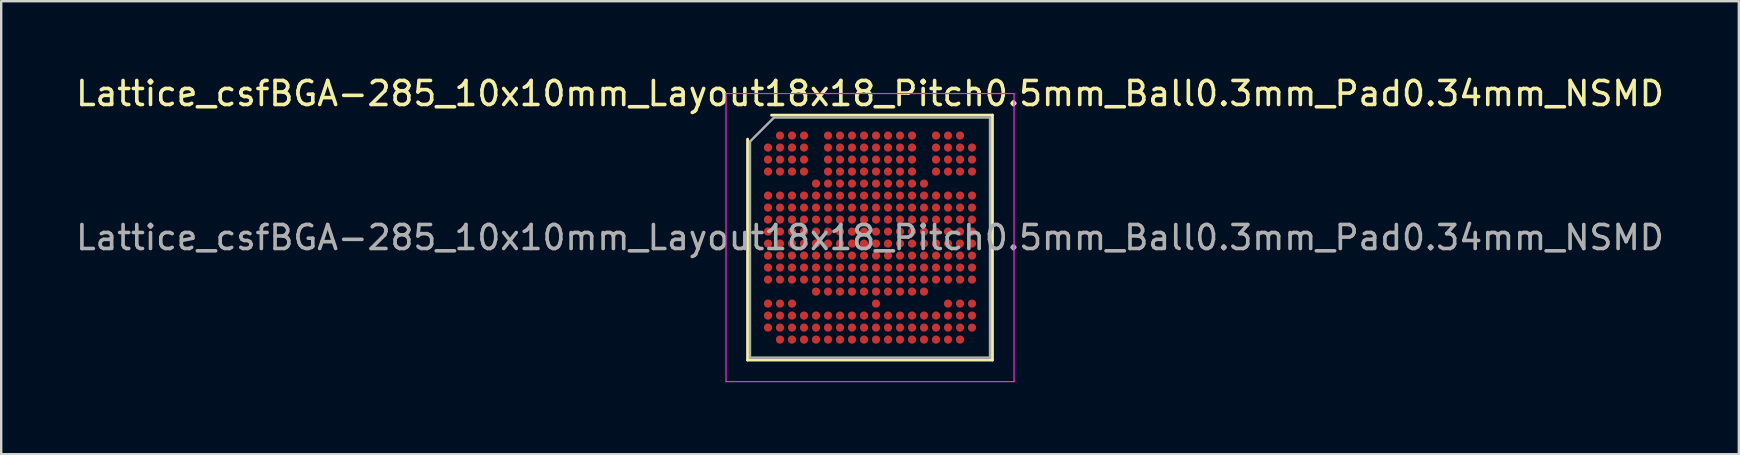
<source format=kicad_pcb>
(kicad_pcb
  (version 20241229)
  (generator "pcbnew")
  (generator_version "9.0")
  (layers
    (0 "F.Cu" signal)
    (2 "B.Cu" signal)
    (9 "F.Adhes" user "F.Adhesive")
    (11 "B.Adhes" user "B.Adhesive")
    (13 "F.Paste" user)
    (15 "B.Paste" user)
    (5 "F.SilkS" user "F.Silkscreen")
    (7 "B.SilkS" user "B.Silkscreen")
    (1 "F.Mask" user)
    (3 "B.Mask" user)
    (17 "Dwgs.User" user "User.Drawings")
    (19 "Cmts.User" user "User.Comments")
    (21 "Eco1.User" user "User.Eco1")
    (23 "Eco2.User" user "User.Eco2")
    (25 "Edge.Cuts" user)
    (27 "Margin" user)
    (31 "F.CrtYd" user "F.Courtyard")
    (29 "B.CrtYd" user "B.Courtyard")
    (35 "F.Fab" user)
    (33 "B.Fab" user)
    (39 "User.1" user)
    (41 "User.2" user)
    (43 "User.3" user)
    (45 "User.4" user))
  (footprint "Lattice_csfBGA-285_10x10mm_Layout18x18_Pitch0.5mm_Ball0.3mm_Pad0.34mm_NSMD"
    (layer "F.Cu")
    (at 33.196 6.848)
    (property "Reference" "Lattice_csfBGA-285_10x10mm_Layout18x18_Pitch0.5mm_Ball0.3mm_Pad0.34mm_NSMD" (at 0 -6 0) (layer "F.SilkS") (effects (font (size 1 1) (thickness 0.15))))
    (attr smd)
    (fp_line (start -5.1 5.1) (end -5.1 -4.1) (stroke (width 0.12) (type solid)) (layer "F.SilkS"))
    (fp_line (start -4.1 -5.1) (end 5.1 -5.1) (stroke (width 0.12) (type solid)) (layer "F.SilkS"))
    (fp_line (start 5.1 -5.1) (end 5.1 5.1) (stroke (width 0.12) (type solid)) (layer "F.SilkS"))
    (fp_line (start 5.1 5.1) (end -5.1 5.1) (stroke (width 0.12) (type solid)) (layer "F.SilkS"))
    (fp_line (start -6 -6) (end 6 -6) (stroke (width 0.05) (type solid)) (layer "F.CrtYd"))
    (fp_line (start -6 6) (end -6 -6) (stroke (width 0.05) (type solid)) (layer "F.CrtYd"))
    (fp_line (start 6 -6) (end 6 6) (stroke (width 0.05) (type solid)) (layer "F.CrtYd"))
    (fp_line (start 6 6) (end -6 6) (stroke (width 0.05) (type solid)) (layer "F.CrtYd"))
    (fp_line (start -5 -4) (end -4 -5) (stroke (width 0.1) (type solid)) (layer "F.Fab"))
    (fp_line (start -5 5) (end -5 -4) (stroke (width 0.1) (type solid)) (layer "F.Fab"))
    (fp_line (start -4 -5) (end 5 -5) (stroke (width 0.1) (type solid)) (layer "F.Fab"))
    (fp_line (start 5 -5) (end 5 5) (stroke (width 0.1) (type solid)) (layer "F.Fab"))
    (fp_line (start 5 5) (end -5 5) (stroke (width 0.1) (type solid)) (layer "F.Fab"))
    (fp_text user "${REFERENCE}" (at 0 0 0) (layer "F.Fab") (effects (font (size 1 1) (thickness 0.15))))
    (pad "A2" smd circle (at -3.75 -4.25) (size 0.34 0.34) (layers "F.Cu" "F.Mask" "F.Paste"))
    (pad "A3" smd circle (at -3.25 -4.25) (size 0.34 0.34) (layers "F.Cu" "F.Mask" "F.Paste"))
    (pad "A4" smd circle (at -2.75 -4.25) (size 0.34 0.34) (layers "F.Cu" "F.Mask" "F.Paste"))
    (pad "A6" smd circle (at -1.75 -4.25) (size 0.34 0.34) (layers "F.Cu" "F.Mask" "F.Paste"))
    (pad "A7" smd circle (at -1.25 -4.25) (size 0.34 0.34) (layers "F.Cu" "F.Mask" "F.Paste"))
    (pad "A8" smd circle (at -0.75 -4.25) (size 0.34 0.34) (layers "F.Cu" "F.Mask" "F.Paste"))
    (pad "A9" smd circle (at -0.25 -4.25) (size 0.34 0.34) (layers "F.Cu" "F.Mask" "F.Paste"))
    (pad "A10" smd circle (at 0.25 -4.25) (size 0.34 0.34) (layers "F.Cu" "F.Mask" "F.Paste"))
    (pad "A11" smd circle (at 0.75 -4.25) (size 0.34 0.34) (layers "F.Cu" "F.Mask" "F.Paste"))
    (pad "A12" smd circle (at 1.25 -4.25) (size 0.34 0.34) (layers "F.Cu" "F.Mask" "F.Paste"))
    (pad "A13" smd circle (at 1.75 -4.25) (size 0.34 0.34) (layers "F.Cu" "F.Mask" "F.Paste"))
    (pad "A15" smd circle (at 2.75 -4.25) (size 0.34 0.34) (layers "F.Cu" "F.Mask" "F.Paste"))
    (pad "A16" smd circle (at 3.25 -4.25) (size 0.34 0.34) (layers "F.Cu" "F.Mask" "F.Paste"))
    (pad "A17" smd circle (at 3.75 -4.25) (size 0.34 0.34) (layers "F.Cu" "F.Mask" "F.Paste"))
    (pad "B1" smd circle (at -4.25 -3.75) (size 0.34 0.34) (layers "F.Cu" "F.Mask" "F.Paste"))
    (pad "B2" smd circle (at -3.75 -3.75) (size 0.34 0.34) (layers "F.Cu" "F.Mask" "F.Paste"))
    (pad "B3" smd circle (at -3.25 -3.75) (size 0.34 0.34) (layers "F.Cu" "F.Mask" "F.Paste"))
    (pad "B4" smd circle (at -2.75 -3.75) (size 0.34 0.34) (layers "F.Cu" "F.Mask" "F.Paste"))
    (pad "B6" smd circle (at -1.75 -3.75) (size 0.34 0.34) (layers "F.Cu" "F.Mask" "F.Paste"))
    (pad "B7" smd circle (at -1.25 -3.75) (size 0.34 0.34) (layers "F.Cu" "F.Mask" "F.Paste"))
    (pad "B8" smd circle (at -0.75 -3.75) (size 0.34 0.34) (layers "F.Cu" "F.Mask" "F.Paste"))
    (pad "B9" smd circle (at -0.25 -3.75) (size 0.34 0.34) (layers "F.Cu" "F.Mask" "F.Paste"))
    (pad "B10" smd circle (at 0.25 -3.75) (size 0.34 0.34) (layers "F.Cu" "F.Mask" "F.Paste"))
    (pad "B11" smd circle (at 0.75 -3.75) (size 0.34 0.34) (layers "F.Cu" "F.Mask" "F.Paste"))
    (pad "B12" smd circle (at 1.25 -3.75) (size 0.34 0.34) (layers "F.Cu" "F.Mask" "F.Paste"))
    (pad "B13" smd circle (at 1.75 -3.75) (size 0.34 0.34) (layers "F.Cu" "F.Mask" "F.Paste"))
    (pad "B15" smd circle (at 2.75 -3.75) (size 0.34 0.34) (layers "F.Cu" "F.Mask" "F.Paste"))
    (pad "B16" smd circle (at 3.25 -3.75) (size 0.34 0.34) (layers "F.Cu" "F.Mask" "F.Paste"))
    (pad "B17" smd circle (at 3.75 -3.75) (size 0.34 0.34) (layers "F.Cu" "F.Mask" "F.Paste"))
    (pad "B18" smd circle (at 4.25 -3.75) (size 0.34 0.34) (layers "F.Cu" "F.Mask" "F.Paste"))
    (pad "C1" smd circle (at -4.25 -3.25) (size 0.34 0.34) (layers "F.Cu" "F.Mask" "F.Paste"))
    (pad "C2" smd circle (at -3.75 -3.25) (size 0.34 0.34) (layers "F.Cu" "F.Mask" "F.Paste"))
    (pad "C3" smd circle (at -3.25 -3.25) (size 0.34 0.34) (layers "F.Cu" "F.Mask" "F.Paste"))
    (pad "C4" smd circle (at -2.75 -3.25) (size 0.34 0.34) (layers "F.Cu" "F.Mask" "F.Paste"))
    (pad "C6" smd circle (at -1.75 -3.25) (size 0.34 0.34) (layers "F.Cu" "F.Mask" "F.Paste"))
    (pad "C7" smd circle (at -1.25 -3.25) (size 0.34 0.34) (layers "F.Cu" "F.Mask" "F.Paste"))
    (pad "C8" smd circle (at -0.75 -3.25) (size 0.34 0.34) (layers "F.Cu" "F.Mask" "F.Paste"))
    (pad "C9" smd circle (at -0.25 -3.25) (size 0.34 0.34) (layers "F.Cu" "F.Mask" "F.Paste"))
    (pad "C10" smd circle (at 0.25 -3.25) (size 0.34 0.34) (layers "F.Cu" "F.Mask" "F.Paste"))
    (pad "C11" smd circle (at 0.75 -3.25) (size 0.34 0.34) (layers "F.Cu" "F.Mask" "F.Paste"))
    (pad "C12" smd circle (at 1.25 -3.25) (size 0.34 0.34) (layers "F.Cu" "F.Mask" "F.Paste"))
    (pad "C13" smd circle (at 1.75 -3.25) (size 0.34 0.34) (layers "F.Cu" "F.Mask" "F.Paste"))
    (pad "C15" smd circle (at 2.75 -3.25) (size 0.34 0.34) (layers "F.Cu" "F.Mask" "F.Paste"))
    (pad "C16" smd circle (at 3.25 -3.25) (size 0.34 0.34) (layers "F.Cu" "F.Mask" "F.Paste"))
    (pad "C17" smd circle (at 3.75 -3.25) (size 0.34 0.34) (layers "F.Cu" "F.Mask" "F.Paste"))
    (pad "C18" smd circle (at 4.25 -3.25) (size 0.34 0.34) (layers "F.Cu" "F.Mask" "F.Paste"))
    (pad "D1" smd circle (at -4.25 -2.75) (size 0.34 0.34) (layers "F.Cu" "F.Mask" "F.Paste"))
    (pad "D2" smd circle (at -3.75 -2.75) (size 0.34 0.34) (layers "F.Cu" "F.Mask" "F.Paste"))
    (pad "D3" smd circle (at -3.25 -2.75) (size 0.34 0.34) (layers "F.Cu" "F.Mask" "F.Paste"))
    (pad "D4" smd circle (at -2.75 -2.75) (size 0.34 0.34) (layers "F.Cu" "F.Mask" "F.Paste"))
    (pad "D6" smd circle (at -1.75 -2.75) (size 0.34 0.34) (layers "F.Cu" "F.Mask" "F.Paste"))
    (pad "D7" smd circle (at -1.25 -2.75) (size 0.34 0.34) (layers "F.Cu" "F.Mask" "F.Paste"))
    (pad "D8" smd circle (at -0.75 -2.75) (size 0.34 0.34) (layers "F.Cu" "F.Mask" "F.Paste"))
    (pad "D9" smd circle (at -0.25 -2.75) (size 0.34 0.34) (layers "F.Cu" "F.Mask" "F.Paste"))
    (pad "D10" smd circle (at 0.25 -2.75) (size 0.34 0.34) (layers "F.Cu" "F.Mask" "F.Paste"))
    (pad "D11" smd circle (at 0.75 -2.75) (size 0.34 0.34) (layers "F.Cu" "F.Mask" "F.Paste"))
    (pad "D12" smd circle (at 1.25 -2.75) (size 0.34 0.34) (layers "F.Cu" "F.Mask" "F.Paste"))
    (pad "D13" smd circle (at 1.75 -2.75) (size 0.34 0.34) (layers "F.Cu" "F.Mask" "F.Paste"))
    (pad "D15" smd circle (at 2.75 -2.75) (size 0.34 0.34) (layers "F.Cu" "F.Mask" "F.Paste"))
    (pad "D16" smd circle (at 3.25 -2.75) (size 0.34 0.34) (layers "F.Cu" "F.Mask" "F.Paste"))
    (pad "D17" smd circle (at 3.75 -2.75) (size 0.34 0.34) (layers "F.Cu" "F.Mask" "F.Paste"))
    (pad "D18" smd circle (at 4.25 -2.75) (size 0.34 0.34) (layers "F.Cu" "F.Mask" "F.Paste"))
    (pad "E5" smd circle (at -2.25 -2.25) (size 0.34 0.34) (layers "F.Cu" "F.Mask" "F.Paste"))
    (pad "E6" smd circle (at -1.75 -2.25) (size 0.34 0.34) (layers "F.Cu" "F.Mask" "F.Paste"))
    (pad "E7" smd circle (at -1.25 -2.25) (size 0.34 0.34) (layers "F.Cu" "F.Mask" "F.Paste"))
    (pad "E8" smd circle (at -0.75 -2.25) (size 0.34 0.34) (layers "F.Cu" "F.Mask" "F.Paste"))
    (pad "E9" smd circle (at -0.25 -2.25) (size 0.34 0.34) (layers "F.Cu" "F.Mask" "F.Paste"))
    (pad "E10" smd circle (at 0.25 -2.25) (size 0.34 0.34) (layers "F.Cu" "F.Mask" "F.Paste"))
    (pad "E11" smd circle (at 0.75 -2.25) (size 0.34 0.34) (layers "F.Cu" "F.Mask" "F.Paste"))
    (pad "E12" smd circle (at 1.25 -2.25) (size 0.34 0.34) (layers "F.Cu" "F.Mask" "F.Paste"))
    (pad "E13" smd circle (at 1.75 -2.25) (size 0.34 0.34) (layers "F.Cu" "F.Mask" "F.Paste"))
    (pad "E14" smd circle (at 2.25 -2.25) (size 0.34 0.34) (layers "F.Cu" "F.Mask" "F.Paste"))
    (pad "F1" smd circle (at -4.25 -1.75) (size 0.34 0.34) (layers "F.Cu" "F.Mask" "F.Paste"))
    (pad "F2" smd circle (at -3.75 -1.75) (size 0.34 0.34) (layers "F.Cu" "F.Mask" "F.Paste"))
    (pad "F3" smd circle (at -3.25 -1.75) (size 0.34 0.34) (layers "F.Cu" "F.Mask" "F.Paste"))
    (pad "F4" smd circle (at -2.75 -1.75) (size 0.34 0.34) (layers "F.Cu" "F.Mask" "F.Paste"))
    (pad "F5" smd circle (at -2.25 -1.75) (size 0.34 0.34) (layers "F.Cu" "F.Mask" "F.Paste"))
    (pad "F6" smd circle (at -1.75 -1.75) (size 0.34 0.34) (layers "F.Cu" "F.Mask" "F.Paste"))
    (pad "F7" smd circle (at -1.25 -1.75) (size 0.34 0.34) (layers "F.Cu" "F.Mask" "F.Paste"))
    (pad "F8" smd circle (at -0.75 -1.75) (size 0.34 0.34) (layers "F.Cu" "F.Mask" "F.Paste"))
    (pad "F9" smd circle (at -0.25 -1.75) (size 0.34 0.34) (layers "F.Cu" "F.Mask" "F.Paste"))
    (pad "F10" smd circle (at 0.25 -1.75) (size 0.34 0.34) (layers "F.Cu" "F.Mask" "F.Paste"))
    (pad "F11" smd circle (at 0.75 -1.75) (size 0.34 0.34) (layers "F.Cu" "F.Mask" "F.Paste"))
    (pad "F12" smd circle (at 1.25 -1.75) (size 0.34 0.34) (layers "F.Cu" "F.Mask" "F.Paste"))
    (pad "F13" smd circle (at 1.75 -1.75) (size 0.34 0.34) (layers "F.Cu" "F.Mask" "F.Paste"))
    (pad "F14" smd circle (at 2.25 -1.75) (size 0.34 0.34) (layers "F.Cu" "F.Mask" "F.Paste"))
    (pad "F15" smd circle (at 2.75 -1.75) (size 0.34 0.34) (layers "F.Cu" "F.Mask" "F.Paste"))
    (pad "F16" smd circle (at 3.25 -1.75) (size 0.34 0.34) (layers "F.Cu" "F.Mask" "F.Paste"))
    (pad "F17" smd circle (at 3.75 -1.75) (size 0.34 0.34) (layers "F.Cu" "F.Mask" "F.Paste"))
    (pad "F18" smd circle (at 4.25 -1.75) (size 0.34 0.34) (layers "F.Cu" "F.Mask" "F.Paste"))
    (pad "G1" smd circle (at -4.25 -1.25) (size 0.34 0.34) (layers "F.Cu" "F.Mask" "F.Paste"))
    (pad "G2" smd circle (at -3.75 -1.25) (size 0.34 0.34) (layers "F.Cu" "F.Mask" "F.Paste"))
    (pad "G3" smd circle (at -3.25 -1.25) (size 0.34 0.34) (layers "F.Cu" "F.Mask" "F.Paste"))
    (pad "G4" smd circle (at -2.75 -1.25) (size 0.34 0.34) (layers "F.Cu" "F.Mask" "F.Paste"))
    (pad "G5" smd circle (at -2.25 -1.25) (size 0.34 0.34) (layers "F.Cu" "F.Mask" "F.Paste"))
    (pad "G6" smd circle (at -1.75 -1.25) (size 0.34 0.34) (layers "F.Cu" "F.Mask" "F.Paste"))
    (pad "G7" smd circle (at -1.25 -1.25) (size 0.34 0.34) (layers "F.Cu" "F.Mask" "F.Paste"))
    (pad "G8" smd circle (at -0.75 -1.25) (size 0.34 0.34) (layers "F.Cu" "F.Mask" "F.Paste"))
    (pad "G9" smd circle (at -0.25 -1.25) (size 0.34 0.34) (layers "F.Cu" "F.Mask" "F.Paste"))
    (pad "G10" smd circle (at 0.25 -1.25) (size 0.34 0.34) (layers "F.Cu" "F.Mask" "F.Paste"))
    (pad "G11" smd circle (at 0.75 -1.25) (size 0.34 0.34) (layers "F.Cu" "F.Mask" "F.Paste"))
    (pad "G12" smd circle (at 1.25 -1.25) (size 0.34 0.34) (layers "F.Cu" "F.Mask" "F.Paste"))
    (pad "G13" smd circle (at 1.75 -1.25) (size 0.34 0.34) (layers "F.Cu" "F.Mask" "F.Paste"))
    (pad "G14" smd circle (at 2.25 -1.25) (size 0.34 0.34) (layers "F.Cu" "F.Mask" "F.Paste"))
    (pad "G15" smd circle (at 2.75 -1.25) (size 0.34 0.34) (layers "F.Cu" "F.Mask" "F.Paste"))
    (pad "G16" smd circle (at 3.25 -1.25) (size 0.34 0.34) (layers "F.Cu" "F.Mask" "F.Paste"))
    (pad "G17" smd circle (at 3.75 -1.25) (size 0.34 0.34) (layers "F.Cu" "F.Mask" "F.Paste"))
    (pad "G18" smd circle (at 4.25 -1.25) (size 0.34 0.34) (layers "F.Cu" "F.Mask" "F.Paste"))
    (pad "H1" smd circle (at -4.25 -0.75) (size 0.34 0.34) (layers "F.Cu" "F.Mask" "F.Paste"))
    (pad "H2" smd circle (at -3.75 -0.75) (size 0.34 0.34) (layers "F.Cu" "F.Mask" "F.Paste"))
    (pad "H3" smd circle (at -3.25 -0.75) (size 0.34 0.34) (layers "F.Cu" "F.Mask" "F.Paste"))
    (pad "H4" smd circle (at -2.75 -0.75) (size 0.34 0.34) (layers "F.Cu" "F.Mask" "F.Paste"))
    (pad "H5" smd circle (at -2.25 -0.75) (size 0.34 0.34) (layers "F.Cu" "F.Mask" "F.Paste"))
    (pad "H6" smd circle (at -1.75 -0.75) (size 0.34 0.34) (layers "F.Cu" "F.Mask" "F.Paste"))
    (pad "H7" smd circle (at -1.25 -0.75) (size 0.34 0.34) (layers "F.Cu" "F.Mask" "F.Paste"))
    (pad "H8" smd circle (at -0.75 -0.75) (size 0.34 0.34) (layers "F.Cu" "F.Mask" "F.Paste"))
    (pad "H9" smd circle (at -0.25 -0.75) (size 0.34 0.34) (layers "F.Cu" "F.Mask" "F.Paste"))
    (pad "H10" smd circle (at 0.25 -0.75) (size 0.34 0.34) (layers "F.Cu" "F.Mask" "F.Paste"))
    (pad "H11" smd circle (at 0.75 -0.75) (size 0.34 0.34) (layers "F.Cu" "F.Mask" "F.Paste"))
    (pad "H12" smd circle (at 1.25 -0.75) (size 0.34 0.34) (layers "F.Cu" "F.Mask" "F.Paste"))
    (pad "H13" smd circle (at 1.75 -0.75) (size 0.34 0.34) (layers "F.Cu" "F.Mask" "F.Paste"))
    (pad "H14" smd circle (at 2.25 -0.75) (size 0.34 0.34) (layers "F.Cu" "F.Mask" "F.Paste"))
    (pad "H15" smd circle (at 2.75 -0.75) (size 0.34 0.34) (layers "F.Cu" "F.Mask" "F.Paste"))
    (pad "H16" smd circle (at 3.25 -0.75) (size 0.34 0.34) (layers "F.Cu" "F.Mask" "F.Paste"))
    (pad "H17" smd circle (at 3.75 -0.75) (size 0.34 0.34) (layers "F.Cu" "F.Mask" "F.Paste"))
    (pad "H18" smd circle (at 4.25 -0.75) (size 0.34 0.34) (layers "F.Cu" "F.Mask" "F.Paste"))
    (pad "J1" smd circle (at -4.25 -0.25) (size 0.34 0.34) (layers "F.Cu" "F.Mask" "F.Paste"))
    (pad "J2" smd circle (at -3.75 -0.25) (size 0.34 0.34) (layers "F.Cu" "F.Mask" "F.Paste"))
    (pad "J3" smd circle (at -3.25 -0.25) (size 0.34 0.34) (layers "F.Cu" "F.Mask" "F.Paste"))
    (pad "J4" smd circle (at -2.75 -0.25) (size 0.34 0.34) (layers "F.Cu" "F.Mask" "F.Paste"))
    (pad "J5" smd circle (at -2.25 -0.25) (size 0.34 0.34) (layers "F.Cu" "F.Mask" "F.Paste"))
    (pad "J6" smd circle (at -1.75 -0.25) (size 0.34 0.34) (layers "F.Cu" "F.Mask" "F.Paste"))
    (pad "J7" smd circle (at -1.25 -0.25) (size 0.34 0.34) (layers "F.Cu" "F.Mask" "F.Paste"))
    (pad "J8" smd circle (at -0.75 -0.25) (size 0.34 0.34) (layers "F.Cu" "F.Mask" "F.Paste"))
    (pad "J9" smd circle (at -0.25 -0.25) (size 0.34 0.34) (layers "F.Cu" "F.Mask" "F.Paste"))
    (pad "J10" smd circle (at 0.25 -0.25) (size 0.34 0.34) (layers "F.Cu" "F.Mask" "F.Paste"))
    (pad "J11" smd circle (at 0.75 -0.25) (size 0.34 0.34) (layers "F.Cu" "F.Mask" "F.Paste"))
    (pad "J12" smd circle (at 1.25 -0.25) (size 0.34 0.34) (layers "F.Cu" "F.Mask" "F.Paste"))
    (pad "J13" smd circle (at 1.75 -0.25) (size 0.34 0.34) (layers "F.Cu" "F.Mask" "F.Paste"))
    (pad "J14" smd circle (at 2.25 -0.25) (size 0.34 0.34) (layers "F.Cu" "F.Mask" "F.Paste"))
    (pad "J15" smd circle (at 2.75 -0.25) (size 0.34 0.34) (layers "F.Cu" "F.Mask" "F.Paste"))
    (pad "J16" smd circle (at 3.25 -0.25) (size 0.34 0.34) (layers "F.Cu" "F.Mask" "F.Paste"))
    (pad "J17" smd circle (at 3.75 -0.25) (size 0.34 0.34) (layers "F.Cu" "F.Mask" "F.Paste"))
    (pad "J18" smd circle (at 4.25 -0.25) (size 0.34 0.34) (layers "F.Cu" "F.Mask" "F.Paste"))
    (pad "K1" smd circle (at -4.25 0.25) (size 0.34 0.34) (layers "F.Cu" "F.Mask" "F.Paste"))
    (pad "K2" smd circle (at -3.75 0.25) (size 0.34 0.34) (layers "F.Cu" "F.Mask" "F.Paste"))
    (pad "K3" smd circle (at -3.25 0.25) (size 0.34 0.34) (layers "F.Cu" "F.Mask" "F.Paste"))
    (pad "K4" smd circle (at -2.75 0.25) (size 0.34 0.34) (layers "F.Cu" "F.Mask" "F.Paste"))
    (pad "K5" smd circle (at -2.25 0.25) (size 0.34 0.34) (layers "F.Cu" "F.Mask" "F.Paste"))
    (pad "K6" smd circle (at -1.75 0.25) (size 0.34 0.34) (layers "F.Cu" "F.Mask" "F.Paste"))
    (pad "K7" smd circle (at -1.25 0.25) (size 0.34 0.34) (layers "F.Cu" "F.Mask" "F.Paste"))
    (pad "K8" smd circle (at -0.75 0.25) (size 0.34 0.34) (layers "F.Cu" "F.Mask" "F.Paste"))
    (pad "K9" smd circle (at -0.25 0.25) (size 0.34 0.34) (layers "F.Cu" "F.Mask" "F.Paste"))
    (pad "K10" smd circle (at 0.25 0.25) (size 0.34 0.34) (layers "F.Cu" "F.Mask" "F.Paste"))
    (pad "K11" smd circle (at 0.75 0.25) (size 0.34 0.34) (layers "F.Cu" "F.Mask" "F.Paste"))
    (pad "K12" smd circle (at 1.25 0.25) (size 0.34 0.34) (layers "F.Cu" "F.Mask" "F.Paste"))
    (pad "K13" smd circle (at 1.75 0.25) (size 0.34 0.34) (layers "F.Cu" "F.Mask" "F.Paste"))
    (pad "K14" smd circle (at 2.25 0.25) (size 0.34 0.34) (layers "F.Cu" "F.Mask" "F.Paste"))
    (pad "K15" smd circle (at 2.75 0.25) (size 0.34 0.34) (layers "F.Cu" "F.Mask" "F.Paste"))
    (pad "K16" smd circle (at 3.25 0.25) (size 0.34 0.34) (layers "F.Cu" "F.Mask" "F.Paste"))
    (pad "K17" smd circle (at 3.75 0.25) (size 0.34 0.34) (layers "F.Cu" "F.Mask" "F.Paste"))
    (pad "K18" smd circle (at 4.25 0.25) (size 0.34 0.34) (layers "F.Cu" "F.Mask" "F.Paste"))
    (pad "L1" smd circle (at -4.25 0.75) (size 0.34 0.34) (layers "F.Cu" "F.Mask" "F.Paste"))
    (pad "L2" smd circle (at -3.75 0.75) (size 0.34 0.34) (layers "F.Cu" "F.Mask" "F.Paste"))
    (pad "L3" smd circle (at -3.25 0.75) (size 0.34 0.34) (layers "F.Cu" "F.Mask" "F.Paste"))
    (pad "L4" smd circle (at -2.75 0.75) (size 0.34 0.34) (layers "F.Cu" "F.Mask" "F.Paste"))
    (pad "L5" smd circle (at -2.25 0.75) (size 0.34 0.34) (layers "F.Cu" "F.Mask" "F.Paste"))
    (pad "L6" smd circle (at -1.75 0.75) (size 0.34 0.34) (layers "F.Cu" "F.Mask" "F.Paste"))
    (pad "L7" smd circle (at -1.25 0.75) (size 0.34 0.34) (layers "F.Cu" "F.Mask" "F.Paste"))
    (pad "L8" smd circle (at -0.75 0.75) (size 0.34 0.34) (layers "F.Cu" "F.Mask" "F.Paste"))
    (pad "L9" smd circle (at -0.25 0.75) (size 0.34 0.34) (layers "F.Cu" "F.Mask" "F.Paste"))
    (pad "L10" smd circle (at 0.25 0.75) (size 0.34 0.34) (layers "F.Cu" "F.Mask" "F.Paste"))
    (pad "L11" smd circle (at 0.75 0.75) (size 0.34 0.34) (layers "F.Cu" "F.Mask" "F.Paste"))
    (pad "L12" smd circle (at 1.25 0.75) (size 0.34 0.34) (layers "F.Cu" "F.Mask" "F.Paste"))
    (pad "L13" smd circle (at 1.75 0.75) (size 0.34 0.34) (layers "F.Cu" "F.Mask" "F.Paste"))
    (pad "L14" smd circle (at 2.25 0.75) (size 0.34 0.34) (layers "F.Cu" "F.Mask" "F.Paste"))
    (pad "L15" smd circle (at 2.75 0.75) (size 0.34 0.34) (layers "F.Cu" "F.Mask" "F.Paste"))
    (pad "L16" smd circle (at 3.25 0.75) (size 0.34 0.34) (layers "F.Cu" "F.Mask" "F.Paste"))
    (pad "L17" smd circle (at 3.75 0.75) (size 0.34 0.34) (layers "F.Cu" "F.Mask" "F.Paste"))
    (pad "L18" smd circle (at 4.25 0.75) (size 0.34 0.34) (layers "F.Cu" "F.Mask" "F.Paste"))
    (pad "M1" smd circle (at -4.25 1.25) (size 0.34 0.34) (layers "F.Cu" "F.Mask" "F.Paste"))
    (pad "M2" smd circle (at -3.75 1.25) (size 0.34 0.34) (layers "F.Cu" "F.Mask" "F.Paste"))
    (pad "M3" smd circle (at -3.25 1.25) (size 0.34 0.34) (layers "F.Cu" "F.Mask" "F.Paste"))
    (pad "M4" smd circle (at -2.75 1.25) (size 0.34 0.34) (layers "F.Cu" "F.Mask" "F.Paste"))
    (pad "M5" smd circle (at -2.25 1.25) (size 0.34 0.34) (layers "F.Cu" "F.Mask" "F.Paste"))
    (pad "M6" smd circle (at -1.75 1.25) (size 0.34 0.34) (layers "F.Cu" "F.Mask" "F.Paste"))
    (pad "M7" smd circle (at -1.25 1.25) (size 0.34 0.34) (layers "F.Cu" "F.Mask" "F.Paste"))
    (pad "M8" smd circle (at -0.75 1.25) (size 0.34 0.34) (layers "F.Cu" "F.Mask" "F.Paste"))
    (pad "M9" smd circle (at -0.25 1.25) (size 0.34 0.34) (layers "F.Cu" "F.Mask" "F.Paste"))
    (pad "M10" smd circle (at 0.25 1.25) (size 0.34 0.34) (layers "F.Cu" "F.Mask" "F.Paste"))
    (pad "M11" smd circle (at 0.75 1.25) (size 0.34 0.34) (layers "F.Cu" "F.Mask" "F.Paste"))
    (pad "M12" smd circle (at 1.25 1.25) (size 0.34 0.34) (layers "F.Cu" "F.Mask" "F.Paste"))
    (pad "M13" smd circle (at 1.75 1.25) (size 0.34 0.34) (layers "F.Cu" "F.Mask" "F.Paste"))
    (pad "M14" smd circle (at 2.25 1.25) (size 0.34 0.34) (layers "F.Cu" "F.Mask" "F.Paste"))
    (pad "M15" smd circle (at 2.75 1.25) (size 0.34 0.34) (layers "F.Cu" "F.Mask" "F.Paste"))
    (pad "M16" smd circle (at 3.25 1.25) (size 0.34 0.34) (layers "F.Cu" "F.Mask" "F.Paste"))
    (pad "M17" smd circle (at 3.75 1.25) (size 0.34 0.34) (layers "F.Cu" "F.Mask" "F.Paste"))
    (pad "M18" smd circle (at 4.25 1.25) (size 0.34 0.34) (layers "F.Cu" "F.Mask" "F.Paste"))
    (pad "N1" smd circle (at -4.25 1.75) (size 0.34 0.34) (layers "F.Cu" "F.Mask" "F.Paste"))
    (pad "N2" smd circle (at -3.75 1.75) (size 0.34 0.34) (layers "F.Cu" "F.Mask" "F.Paste"))
    (pad "N3" smd circle (at -3.25 1.75) (size 0.34 0.34) (layers "F.Cu" "F.Mask" "F.Paste"))
    (pad "N4" smd circle (at -2.75 1.75) (size 0.34 0.34) (layers "F.Cu" "F.Mask" "F.Paste"))
    (pad "N5" smd circle (at -2.25 1.75) (size 0.34 0.34) (layers "F.Cu" "F.Mask" "F.Paste"))
    (pad "N6" smd circle (at -1.75 1.75) (size 0.34 0.34) (layers "F.Cu" "F.Mask" "F.Paste"))
    (pad "N7" smd circle (at -1.25 1.75) (size 0.34 0.34) (layers "F.Cu" "F.Mask" "F.Paste"))
    (pad "N8" smd circle (at -0.75 1.75) (size 0.34 0.34) (layers "F.Cu" "F.Mask" "F.Paste"))
    (pad "N9" smd circle (at -0.25 1.75) (size 0.34 0.34) (layers "F.Cu" "F.Mask" "F.Paste"))
    (pad "N10" smd circle (at 0.25 1.75) (size 0.34 0.34) (layers "F.Cu" "F.Mask" "F.Paste"))
    (pad "N11" smd circle (at 0.75 1.75) (size 0.34 0.34) (layers "F.Cu" "F.Mask" "F.Paste"))
    (pad "N12" smd circle (at 1.25 1.75) (size 0.34 0.34) (layers "F.Cu" "F.Mask" "F.Paste"))
    (pad "N13" smd circle (at 1.75 1.75) (size 0.34 0.34) (layers "F.Cu" "F.Mask" "F.Paste"))
    (pad "N14" smd circle (at 2.25 1.75) (size 0.34 0.34) (layers "F.Cu" "F.Mask" "F.Paste"))
    (pad "N15" smd circle (at 2.75 1.75) (size 0.34 0.34) (layers "F.Cu" "F.Mask" "F.Paste"))
    (pad "N16" smd circle (at 3.25 1.75) (size 0.34 0.34) (layers "F.Cu" "F.Mask" "F.Paste"))
    (pad "N17" smd circle (at 3.75 1.75) (size 0.34 0.34) (layers "F.Cu" "F.Mask" "F.Paste"))
    (pad "N18" smd circle (at 4.25 1.75) (size 0.34 0.34) (layers "F.Cu" "F.Mask" "F.Paste"))
    (pad "P5" smd circle (at -2.25 2.25) (size 0.34 0.34) (layers "F.Cu" "F.Mask" "F.Paste"))
    (pad "P6" smd circle (at -1.75 2.25) (size 0.34 0.34) (layers "F.Cu" "F.Mask" "F.Paste"))
    (pad "P7" smd circle (at -1.25 2.25) (size 0.34 0.34) (layers "F.Cu" "F.Mask" "F.Paste"))
    (pad "P8" smd circle (at -0.75 2.25) (size 0.34 0.34) (layers "F.Cu" "F.Mask" "F.Paste"))
    (pad "P9" smd circle (at -0.25 2.25) (size 0.34 0.34) (layers "F.Cu" "F.Mask" "F.Paste"))
    (pad "P10" smd circle (at 0.25 2.25) (size 0.34 0.34) (layers "F.Cu" "F.Mask" "F.Paste"))
    (pad "P11" smd circle (at 0.75 2.25) (size 0.34 0.34) (layers "F.Cu" "F.Mask" "F.Paste"))
    (pad "P12" smd circle (at 1.25 2.25) (size 0.34 0.34) (layers "F.Cu" "F.Mask" "F.Paste"))
    (pad "P13" smd circle (at 1.75 2.25) (size 0.34 0.34) (layers "F.Cu" "F.Mask" "F.Paste"))
    (pad "P14" smd circle (at 2.25 2.25) (size 0.34 0.34) (layers "F.Cu" "F.Mask" "F.Paste"))
    (pad "R1" smd circle (at -4.25 2.75) (size 0.34 0.34) (layers "F.Cu" "F.Mask" "F.Paste"))
    (pad "R2" smd circle (at -3.75 2.75) (size 0.34 0.34) (layers "F.Cu" "F.Mask" "F.Paste"))
    (pad "R3" smd circle (at -3.25 2.75) (size 0.34 0.34) (layers "F.Cu" "F.Mask" "F.Paste"))
    (pad "R10" smd circle (at 0.25 2.75) (size 0.34 0.34) (layers "F.Cu" "F.Mask" "F.Paste"))
    (pad "R16" smd circle (at 3.25 2.75) (size 0.34 0.34) (layers "F.Cu" "F.Mask" "F.Paste"))
    (pad "R17" smd circle (at 3.75 2.75) (size 0.34 0.34) (layers "F.Cu" "F.Mask" "F.Paste"))
    (pad "R18" smd circle (at 4.25 2.75) (size 0.34 0.34) (layers "F.Cu" "F.Mask" "F.Paste"))
    (pad "T1" smd circle (at -4.25 3.25) (size 0.34 0.34) (layers "F.Cu" "F.Mask" "F.Paste"))
    (pad "T2" smd circle (at -3.75 3.25) (size 0.34 0.34) (layers "F.Cu" "F.Mask" "F.Paste"))
    (pad "T3" smd circle (at -3.25 3.25) (size 0.34 0.34) (layers "F.Cu" "F.Mask" "F.Paste"))
    (pad "T4" smd circle (at -2.75 3.25) (size 0.34 0.34) (layers "F.Cu" "F.Mask" "F.Paste"))
    (pad "T5" smd circle (at -2.25 3.25) (size 0.34 0.34) (layers "F.Cu" "F.Mask" "F.Paste"))
    (pad "T6" smd circle (at -1.75 3.25) (size 0.34 0.34) (layers "F.Cu" "F.Mask" "F.Paste"))
    (pad "T7" smd circle (at -1.25 3.25) (size 0.34 0.34) (layers "F.Cu" "F.Mask" "F.Paste"))
    (pad "T8" smd circle (at -0.75 3.25) (size 0.34 0.34) (layers "F.Cu" "F.Mask" "F.Paste"))
    (pad "T9" smd circle (at -0.25 3.25) (size 0.34 0.34) (layers "F.Cu" "F.Mask" "F.Paste"))
    (pad "T10" smd circle (at 0.25 3.25) (size 0.34 0.34) (layers "F.Cu" "F.Mask" "F.Paste"))
    (pad "T11" smd circle (at 0.75 3.25) (size 0.34 0.34) (layers "F.Cu" "F.Mask" "F.Paste"))
    (pad "T12" smd circle (at 1.25 3.25) (size 0.34 0.34) (layers "F.Cu" "F.Mask" "F.Paste"))
    (pad "T13" smd circle (at 1.75 3.25) (size 0.34 0.34) (layers "F.Cu" "F.Mask" "F.Paste"))
    (pad "T14" smd circle (at 2.25 3.25) (size 0.34 0.34) (layers "F.Cu" "F.Mask" "F.Paste"))
    (pad "T15" smd circle (at 2.75 3.25) (size 0.34 0.34) (layers "F.Cu" "F.Mask" "F.Paste"))
    (pad "T16" smd circle (at 3.25 3.25) (size 0.34 0.34) (layers "F.Cu" "F.Mask" "F.Paste"))
    (pad "T17" smd circle (at 3.75 3.25) (size 0.34 0.34) (layers "F.Cu" "F.Mask" "F.Paste"))
    (pad "T18" smd circle (at 4.25 3.25) (size 0.34 0.34) (layers "F.Cu" "F.Mask" "F.Paste"))
    (pad "U1" smd circle (at -4.25 3.75) (size 0.34 0.34) (layers "F.Cu" "F.Mask" "F.Paste"))
    (pad "U2" smd circle (at -3.75 3.75) (size 0.34 0.34) (layers "F.Cu" "F.Mask" "F.Paste"))
    (pad "U3" smd circle (at -3.25 3.75) (size 0.34 0.34) (layers "F.Cu" "F.Mask" "F.Paste"))
    (pad "U4" smd circle (at -2.75 3.75) (size 0.34 0.34) (layers "F.Cu" "F.Mask" "F.Paste"))
    (pad "U5" smd circle (at -2.25 3.75) (size 0.34 0.34) (layers "F.Cu" "F.Mask" "F.Paste"))
    (pad "U6" smd circle (at -1.75 3.75) (size 0.34 0.34) (layers "F.Cu" "F.Mask" "F.Paste"))
    (pad "U7" smd circle (at -1.25 3.75) (size 0.34 0.34) (layers "F.Cu" "F.Mask" "F.Paste"))
    (pad "U8" smd circle (at -0.75 3.75) (size 0.34 0.34) (layers "F.Cu" "F.Mask" "F.Paste"))
    (pad "U9" smd circle (at -0.25 3.75) (size 0.34 0.34) (layers "F.Cu" "F.Mask" "F.Paste"))
    (pad "U10" smd circle (at 0.25 3.75) (size 0.34 0.34) (layers "F.Cu" "F.Mask" "F.Paste"))
    (pad "U11" smd circle (at 0.75 3.75) (size 0.34 0.34) (layers "F.Cu" "F.Mask" "F.Paste"))
    (pad "U12" smd circle (at 1.25 3.75) (size 0.34 0.34) (layers "F.Cu" "F.Mask" "F.Paste"))
    (pad "U13" smd circle (at 1.75 3.75) (size 0.34 0.34) (layers "F.Cu" "F.Mask" "F.Paste"))
    (pad "U14" smd circle (at 2.25 3.75) (size 0.34 0.34) (layers "F.Cu" "F.Mask" "F.Paste"))
    (pad "U15" smd circle (at 2.75 3.75) (size 0.34 0.34) (layers "F.Cu" "F.Mask" "F.Paste"))
    (pad "U16" smd circle (at 3.25 3.75) (size 0.34 0.34) (layers "F.Cu" "F.Mask" "F.Paste"))
    (pad "U17" smd circle (at 3.75 3.75) (size 0.34 0.34) (layers "F.Cu" "F.Mask" "F.Paste"))
    (pad "U18" smd circle (at 4.25 3.75) (size 0.34 0.34) (layers "F.Cu" "F.Mask" "F.Paste"))
    (pad "V2" smd circle (at -3.75 4.25) (size 0.34 0.34) (layers "F.Cu" "F.Mask" "F.Paste"))
    (pad "V3" smd circle (at -3.25 4.25) (size 0.34 0.34) (layers "F.Cu" "F.Mask" "F.Paste"))
    (pad "V4" smd circle (at -2.75 4.25) (size 0.34 0.34) (layers "F.Cu" "F.Mask" "F.Paste"))
    (pad "V5" smd circle (at -2.25 4.25) (size 0.34 0.34) (layers "F.Cu" "F.Mask" "F.Paste"))
    (pad "V6" smd circle (at -1.75 4.25) (size 0.34 0.34) (layers "F.Cu" "F.Mask" "F.Paste"))
    (pad "V7" smd circle (at -1.25 4.25) (size 0.34 0.34) (layers "F.Cu" "F.Mask" "F.Paste"))
    (pad "V8" smd circle (at -0.75 4.25) (size 0.34 0.34) (layers "F.Cu" "F.Mask" "F.Paste"))
    (pad "V9" smd circle (at -0.25 4.25) (size 0.34 0.34) (layers "F.Cu" "F.Mask" "F.Paste"))
    (pad "V10" smd circle (at 0.25 4.25) (size 0.34 0.34) (layers "F.Cu" "F.Mask" "F.Paste"))
    (pad "V11" smd circle (at 0.75 4.25) (size 0.34 0.34) (layers "F.Cu" "F.Mask" "F.Paste"))
    (pad "V12" smd circle (at 1.25 4.25) (size 0.34 0.34) (layers "F.Cu" "F.Mask" "F.Paste"))
    (pad "V13" smd circle (at 1.75 4.25) (size 0.34 0.34) (layers "F.Cu" "F.Mask" "F.Paste"))
    (pad "V14" smd circle (at 2.25 4.25) (size 0.34 0.34) (layers "F.Cu" "F.Mask" "F.Paste"))
    (pad "V15" smd circle (at 2.75 4.25) (size 0.34 0.34) (layers "F.Cu" "F.Mask" "F.Paste"))
    (pad "V16" smd circle (at 3.25 4.25) (size 0.34 0.34) (layers "F.Cu" "F.Mask" "F.Paste"))
    (pad "V17" smd circle (at 3.75 4.25) (size 0.34 0.34) (layers "F.Cu" "F.Mask" "F.Paste")))
  (gr_rect
    (start -3 -3)
    (end 69.393 15.873)
    (stroke (width 0.1) (type default))
    (fill no)
    (layer "Edge.Cuts")))
</source>
